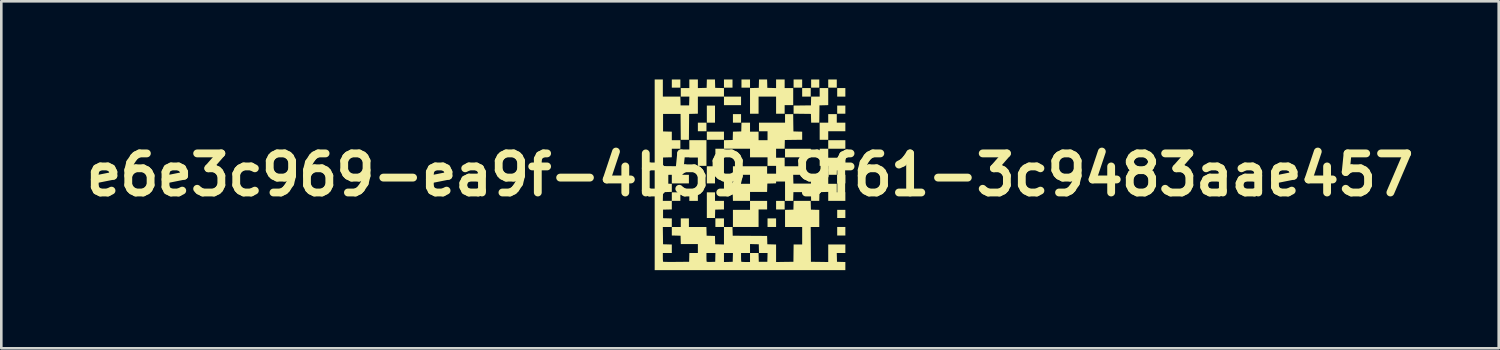
<source format=kicad_pcb>
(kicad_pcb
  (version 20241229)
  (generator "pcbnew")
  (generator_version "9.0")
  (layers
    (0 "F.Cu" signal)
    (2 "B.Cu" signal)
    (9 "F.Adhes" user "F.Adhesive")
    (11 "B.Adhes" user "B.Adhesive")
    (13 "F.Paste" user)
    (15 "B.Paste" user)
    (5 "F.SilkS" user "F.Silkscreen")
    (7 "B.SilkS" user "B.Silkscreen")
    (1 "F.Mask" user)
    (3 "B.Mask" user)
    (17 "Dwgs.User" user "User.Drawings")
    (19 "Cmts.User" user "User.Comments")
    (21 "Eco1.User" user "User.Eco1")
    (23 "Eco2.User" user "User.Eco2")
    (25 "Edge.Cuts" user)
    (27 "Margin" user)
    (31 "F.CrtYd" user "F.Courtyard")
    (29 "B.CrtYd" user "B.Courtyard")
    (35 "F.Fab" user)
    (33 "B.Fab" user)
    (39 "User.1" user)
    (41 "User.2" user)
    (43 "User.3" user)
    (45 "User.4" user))
  (footprint "e6e3c969-ea9f-4b59-9f61-3c9483aae457"
    (layer "F.Cu")
    (at 25.729 3.658)
    (property "Reference" "e6e3c969-ea9f-4b59-9f61-3c9483aae457" (at 0 0 0) (layer "F.SilkS") (effects (font (size 1.5 1.5) (thickness 0.3))))
    (attr board_only exclude_from_pos_files exclude_from_bom)
    (fp_poly (pts (xy -2.673 -3.501) (xy -2.673 -3.345) (xy -2.837 -3.345) (xy -3.001 -3.345) (xy -3.001 -3.501) (xy -3.001 -3.658) (xy -2.837 -3.658) (xy -2.673 -3.658)) (stroke (width 0) (type solid)) (fill yes) (layer "F.SilkS"))
    (fp_poly (pts (xy -2.001 0.836) (xy -2.001 1) (xy -2.165 1) (xy -2.329 1) (xy -2.329 0.836) (xy -2.329 0.672) (xy -2.165 0.672) (xy -2.001 0.672)) (stroke (width 0) (type solid)) (fill yes) (layer "F.SilkS"))
    (fp_poly (pts (xy -1.672 -1.837) (xy -1.672 -1.672) (xy -1.837 -1.672) (xy -2.001 -1.672) (xy -2.001 -1.837) (xy -2.001 -2.001) (xy -1.837 -2.001) (xy -1.672 -2.001)) (stroke (width 0) (type solid)) (fill yes) (layer "F.SilkS"))
    (fp_poly (pts (xy -1.344 -2.329) (xy -1.344 -2.001) (xy -1.501 -2.001) (xy -1.657 -2.001) (xy -1.657 -2.329) (xy -1.657 -2.657) (xy -1.501 -2.657) (xy -1.344 -2.657)) (stroke (width 0) (type solid)) (fill yes) (layer "F.SilkS"))
    (fp_poly (pts (xy -1 -1.501) (xy -1 -1.344) (xy -1.329 -1.344) (xy -1.657 -1.344) (xy -1.657 -1.501) (xy -1.657 -1.657) (xy -1.329 -1.657) (xy -1 -1.657)) (stroke (width 0) (type solid)) (fill yes) (layer "F.SilkS"))
    (fp_poly (pts (xy -1 1.837) (xy -1 2.001) (xy -1.164 2.001) (xy -1.329 2.001) (xy -1.329 1.837) (xy -1.329 1.672) (xy -1.164 1.672) (xy -1 1.672)) (stroke (width 0) (type solid)) (fill yes) (layer "F.SilkS"))
    (fp_poly (pts (xy -0.672 -3.501) (xy -0.672 -3.345) (xy -0.836 -3.345) (xy -1 -3.345) (xy -1 -3.501) (xy -1 -3.658) (xy -0.836 -3.658) (xy -0.672 -3.658)) (stroke (width 0) (type solid)) (fill yes) (layer "F.SilkS"))
    (fp_poly (pts (xy -0.344 -2.837) (xy -0.344 -2.673) (xy -0.672 -2.673) (xy -1 -2.673) (xy -1 -2.837) (xy -1 -3.001) (xy -0.672 -3.001) (xy -0.344 -3.001)) (stroke (width 0) (type solid)) (fill yes) (layer "F.SilkS"))
    (fp_poly (pts (xy -0.344 -2.165) (xy -0.344 -2.001) (xy -0.5 -2.001) (xy -0.656 -2.001) (xy -0.656 -2.165) (xy -0.656 -2.329) (xy -0.5 -2.329) (xy -0.344 -2.329)) (stroke (width 0) (type solid)) (fill yes) (layer "F.SilkS"))
    (fp_poly (pts (xy -0.000001 -3.501) (xy -0.000001 -3.345) (xy -0.164 -3.345) (xy -0.328 -3.345) (xy -0.328 -3.501) (xy -0.328 -3.658) (xy -0.164 -3.658) (xy -0.000001 -3.658)) (stroke (width 0) (type solid)) (fill yes) (layer "F.SilkS"))
    (fp_poly (pts (xy 1 1.837) (xy 1 2.001) (xy 0.836 2.001) (xy 0.672 2.001) (xy 0.672 1.837) (xy 0.672 1.672) (xy 0.836 1.672) (xy 1 1.672)) (stroke (width 0) (type solid)) (fill yes) (layer "F.SilkS"))
    (fp_poly (pts (xy 1.329 1.164) (xy 1.329 1.329) (xy 1.164 1.329) (xy 1 1.329) (xy 1 1.164) (xy 1 1) (xy 1.164 1) (xy 1.329 1)) (stroke (width 0) (type solid)) (fill yes) (layer "F.SilkS"))
    (fp_poly (pts (xy 2.001 -3.501) (xy 2.001 -3.345) (xy 1.837 -3.345) (xy 1.672 -3.345) (xy 1.672 -3.501) (xy 1.672 -3.658) (xy 1.837 -3.658) (xy 2.001 -3.658)) (stroke (width 0) (type solid)) (fill yes) (layer "F.SilkS"))
    (fp_poly (pts (xy 2.329 -3.165) (xy 2.329 -3.001) (xy 2.165 -3.001) (xy 2.001 -3.001) (xy 2.001 -3.165) (xy 2.001 -3.329) (xy 2.165 -3.329) (xy 2.329 -3.329)) (stroke (width 0) (type solid)) (fill yes) (layer "F.SilkS"))
    (fp_poly (pts (xy 2.329 -0.836) (xy 2.329 -0.672) (xy 1.837 -0.672) (xy 1.344 -0.672) (xy 1.344 -0.836) (xy 1.344 -1) (xy 1.837 -1) (xy 2.329 -1)) (stroke (width 0) (type solid)) (fill yes) (layer "F.SilkS"))
    (fp_poly (pts (xy 2.657 -3.501) (xy 2.657 -3.345) (xy 2.501 -3.345) (xy 2.345 -3.345) (xy 2.345 -3.501) (xy 2.345 -3.658) (xy 2.501 -3.658) (xy 2.657 -3.658)) (stroke (width 0) (type solid)) (fill yes) (layer "F.SilkS"))
    (fp_poly (pts (xy 3.329 -3.501) (xy 3.329 -3.345) (xy 3.165 -3.345) (xy 3.001 -3.345) (xy 3.001 -3.501) (xy 3.001 -3.658) (xy 3.165 -3.658) (xy 3.329 -3.658)) (stroke (width 0) (type solid)) (fill yes) (layer "F.SilkS"))
    (fp_poly (pts (xy 3.658 -3.165) (xy 3.658 -3.001) (xy 3.501 -3.001) (xy 3.345 -3.001) (xy 3.345 -3.165) (xy 3.345 -3.329) (xy 3.501 -3.329) (xy 3.658 -3.329)) (stroke (width 0) (type solid)) (fill yes) (layer "F.SilkS"))
    (fp_poly (pts (xy 3.658 -2.501) (xy 3.658 -2.345) (xy 3.501 -2.345) (xy 3.345 -2.345) (xy 3.345 -2.501) (xy 3.345 -2.657) (xy 3.501 -2.657) (xy 3.658 -2.657)) (stroke (width 0) (type solid)) (fill yes) (layer "F.SilkS"))
    (fp_poly (pts (xy 3.658 0.164) (xy 3.658 0.328) (xy 3.501 0.328) (xy 3.345 0.328) (xy 3.345 0.164) (xy 3.345 -0.000001) (xy 3.501 -0.000001) (xy 3.658 -0.000001)) (stroke (width 0) (type solid)) (fill yes) (layer "F.SilkS"))
    (fp_poly (pts (xy 3.658 1.501) (xy 3.658 1.657) (xy 3.501 1.657) (xy 3.345 1.657) (xy 3.345 1.501) (xy 3.345 1.344) (xy 3.501 1.344) (xy 3.658 1.344)) (stroke (width 0) (type solid)) (fill yes) (layer "F.SilkS"))
    (fp_poly (pts (xy 3.658 2.165) (xy 3.658 2.329) (xy 3.501 2.329) (xy 3.345 2.329) (xy 3.345 2.165) (xy 3.345 2.001) (xy 3.501 2.001) (xy 3.658 2.001)) (stroke (width 0) (type solid)) (fill yes) (layer "F.SilkS"))
    (fp_poly (pts (xy -1.672 -0.836) (xy -1.672 -0.344) (xy -1.837 -0.344) (xy -2.001 -0.344) (xy -2.001 -0.508) (xy -2.001 -0.672) (xy -2.165 -0.672) (xy -2.329 -0.672) (xy -2.329 -1) (xy -2.329 -1.329) (xy -2.001 -1.329) (xy -1.672 -1.329)) (stroke (width 0) (type solid)) (fill yes) (layer "F.SilkS"))
    (fp_poly (pts (xy -1.344 0.836) (xy -1.344 1) (xy -1.172 1) (xy -1 1) (xy -1 1.164) (xy -1 1.328) (xy -1.168 1.332) (xy -1.336 1.336) (xy -1.341 1.497) (xy -1.345 1.657) (xy -1.501 1.657) (xy -1.657 1.657) (xy -1.657 1.164) (xy -1.657 0.672) (xy -1.501 0.672) (xy -1.344 0.672)) (stroke (width 0) (type solid)) (fill yes) (layer "F.SilkS"))
    (fp_poly (pts (xy 0.656 1.164) (xy 0.656 1.329) (xy 0.492 1.329) (xy 0.328 1.329) (xy 0.328 1.665) (xy 0.328 2.001) (xy -0.164 2.001) (xy -0.656 2.001) (xy -0.656 1.672) (xy -0.656 1.344) (xy -0.328 1.344) (xy -0.000001 1.344) (xy -0.000001 1.172) (xy -0.000001 1) (xy 0.328 1) (xy 0.656 1)) (stroke (width 0) (type solid)) (fill yes) (layer "F.SilkS"))
    (fp_poly (pts (xy 3.329 -2.165) (xy 3.329 -2.001) (xy 3.493 -2.001) (xy 3.658 -2.001) (xy 3.658 -1.837) (xy 3.658 -1.672) (xy 3.329 -1.672) (xy 3.001 -1.672) (xy 3.001 -1.508) (xy 3.001 -1.344) (xy 2.837 -1.344) (xy 2.673 -1.344) (xy 2.673 -1.672) (xy 2.673 -2.001) (xy 2.837 -2.001) (xy 3.001 -2.001) (xy 3.001 -2.165) (xy 3.001 -2.329) (xy 3.165 -2.329) (xy 3.329 -2.329)) (stroke (width 0) (type solid)) (fill yes) (layer "F.SilkS"))
    (fp_poly (pts (xy 3.001 -3.002) (xy 3.001 -2.674) (xy 2.833 -2.669) (xy 2.665 -2.665) (xy 2.661 -2.333) (xy 2.657 -2.001) (xy 2.501 -2.001) (xy 2.346 -2.001) (xy 2.341 -2.169) (xy 2.337 -2.337) (xy 2.005 -2.341) (xy 1.672 -2.345) (xy 1.672 -2.501) (xy 1.672 -2.657) (xy 2.005 -2.661) (xy 2.337 -2.665) (xy 2.341 -2.833) (xy 2.346 -3.001) (xy 2.509 -3.001) (xy 2.673 -3.001) (xy 2.673 -3.165) (xy 2.673 -3.329) (xy 2.837 -3.329) (xy 3.001 -3.329)) (stroke (width 0) (type solid)) (fill yes) (layer "F.SilkS"))
    (fp_poly (pts (xy 0.66 -3.497) (xy 0.664 -3.337) (xy 0.832 -3.333) (xy 1 -3.328) (xy 1 -3.493) (xy 1 -3.658) (xy 1.164 -3.658) (xy 1.329 -3.658) (xy 1.329 -3.493) (xy 1.329 -3.329) (xy 1.493 -3.329) (xy 1.657 -3.329) (xy 1.657 -3.001) (xy 1.657 -2.673) (xy 1.493 -2.673) (xy 1.329 -2.673) (xy 1.329 -2.509) (xy 1.329 -2.345) (xy 1.164 -2.345) (xy 1 -2.345) (xy 1 -2.673) (xy 1 -3.001) (xy 0.664 -3.001) (xy 0.328 -3.001) (xy 0.328 -2.673) (xy 0.328 -2.345) (xy 0.164 -2.345) (xy -0.000001 -2.345) (xy -0.000001 -2.836) (xy -0.000001 -3.328) (xy 0.168 -3.333) (xy 0.336 -3.337) (xy 0.341 -3.497) (xy 0.345 -3.658) (xy 0.5 -3.658) (xy 0.655 -3.658)) (stroke (width 0) (type solid)) (fill yes) (layer "F.SilkS"))
    (fp_poly (pts (xy 1.66 -1.997) (xy 1.665 -1.665) (xy 1.833 -1.66) (xy 2.001 -1.656) (xy 2.001 -1.5) (xy 2.001 -1.345) (xy 1.669 -1.341) (xy 1.336 -1.336) (xy 1.332 -1.168) (xy 1.328 -1) (xy 1.164 -1) (xy 1 -1) (xy 1 -0.828) (xy 1 -0.656) (xy 1.164 -0.656) (xy 1.329 -0.656) (xy 1.329 -0.492) (xy 1.329 -0.328) (xy 1.665 -0.328) (xy 2.001 -0.328) (xy 2.001 -0.164) (xy 2.001 -0.000001) (xy 1.828 -0.000001) (xy 1.656 -0.000001) (xy 1.66 0.168) (xy 1.665 0.336) (xy 2.001 0.336) (xy 2.337 0.336) (xy 2.341 0.168) (xy 2.346 -0.000001) (xy 2.673 -0.000001) (xy 3.001 -0.000001) (xy 3.001 -0.172) (xy 3.001 -0.344) (xy 2.837 -0.344) (xy 2.673 -0.344) (xy 2.673 -0.672) (xy 2.673 -1) (xy 2.837 -1) (xy 3.001 -1) (xy 3.001 -1.164) (xy 3.001 -1.329) (xy 3.329 -1.329) (xy 3.658 -1.329) (xy 3.658 -1.164) (xy 3.658 -1) (xy 3.329 -1) (xy 3.001 -1) (xy 3.001 -0.828) (xy 3.001 -0.656) (xy 3.329 -0.656) (xy 3.658 -0.656) (xy 3.658 -0.501) (xy 3.658 -0.345) (xy 3.497 -0.341) (xy 3.337 -0.336) (xy 3.333 -0.168) (xy 3.328 -0.000001) (xy 3.165 -0.000001) (xy 3.001 -0.000001) (xy 3.001 0.172) (xy 3.001 0.344) (xy 3.165 0.344) (xy 3.329 0.344) (xy 3.329 0.508) (xy 3.329 0.672) (xy 3.493 0.672) (xy 3.658 0.672) (xy 3.658 0.836) (xy 3.658 1) (xy 3.329 1) (xy 3.001 1) (xy 3.001 0.828) (xy 3.001 0.655) (xy 2.833 0.66) (xy 2.665 0.664) (xy 2.661 0.832) (xy 2.656 1) (xy 2.501 1) (xy 2.346 1) (xy 2.341 0.832) (xy 2.337 0.664) (xy 2.001 0.664) (xy 1.665 0.664) (xy 1.66 0.832) (xy 1.656 1) (xy 1.5 1) (xy 1.344 1) (xy 1.344 0.5) (xy 1.344 -0.000001) (xy 1.172 -0.000001) (xy 1 -0.000001) (xy 1 0.164) (xy 1 0.327) (xy 0.832 0.332) (xy 0.664 0.336) (xy 0.66 0.496) (xy 0.655 0.656) (xy 0.328 0.656) (xy -0.000001 0.656) (xy -0.000001 0.828) (xy -0.000001 1) (xy -0.328 1) (xy -0.655 1) (xy -0.66 0.832) (xy -0.664 0.664) (xy -0.832 0.66) (xy -1 0.655) (xy -1 0.328) (xy -1 -0.000001) (xy -0.836 -0.000001) (xy -0.672 -0.000001) (xy -0.672 0.162) (xy -0.671 0.23) (xy -0.669 0.286) (xy -0.665 0.323) (xy -0.662 0.333) (xy -0.644 0.337) (xy -0.599 0.339) (xy -0.533 0.342) (xy -0.45 0.343) (xy -0.354 0.344) (xy -0.326 0.344) (xy -0.000001 0.344) (xy -0.000001 0.172) (xy -0.000001 -0.000001) (xy -0.328 -0.000001) (xy -0.656 -0.000001) (xy -0.656 -0.164) (xy -0.656 -0.328) (xy -0.000001 -0.328) (xy 0.656 -0.328) (xy 0.656 -0.164) (xy 0.656 -0.000001) (xy 0.828 -0.000001) (xy 1 -0.000001) (xy 1 -0.172) (xy 1 -0.344) (xy 0.836 -0.344) (xy 0.672 -0.344) (xy 0.672 -0.508) (xy 0.672 -0.672) (xy 0.336 -0.672) (xy -0.000001 -0.672) (xy -0.000001 -0.836) (xy -0.000001 -1) (xy -0.5 -1) (xy -1 -1) (xy -1 -0.5) (xy -1 -0.000001) (xy -1.172 -0.000001) (xy -1.344 -0.000001) (xy -1.344 0.164) (xy -1.344 0.328) (xy -1.501 0.328) (xy -1.657 0.328) (xy -1.657 -0.000001) (xy -1.657 -0.328) (xy -1.493 -0.328) (xy -1.329 -0.328) (xy -1.329 -0.664) (xy -1.329 -1) (xy -1.164 -1) (xy -1 -1) (xy -1 -1.164) (xy -1 -1.328) (xy -0.832 -1.332) (xy -0.664 -1.336) (xy -0.66 -1.496) (xy -0.655 -1.656) (xy -0.496 -1.66) (xy -0.336 -1.665) (xy -0.332 -1.833) (xy -0.327 -2.001) (xy -0.164 -2.001) (xy -0.000001 -2.001) (xy -0.000001 -1.829) (xy -0.000001 -1.657) (xy 0.164 -1.657) (xy 0.328 -1.657) (xy 0.328 -1.493) (xy 0.328 -1.329) (xy 0.5 -1.329) (xy 0.672 -1.329) (xy 0.672 -1.501) (xy 0.672 -1.672) (xy 0.508 -1.672) (xy 0.344 -1.672) (xy 0.344 -1.837) (xy 0.344 -2.001) (xy 0.844 -2.001) (xy 1.344 -2.001) (xy 1.344 -2.165) (xy 1.344 -2.329) (xy 1.5 -2.329) (xy 1.656 -2.329)) (stroke (width 0) (type solid)) (fill yes) (layer "F.SilkS"))
    (fp_poly (pts (xy -3.345 -3.329) (xy -3.345 -3.001) (xy -3.009 -3.001) (xy -2.674 -3.001) (xy -2.669 -2.833) (xy -2.665 -2.665) (xy -2.501 -2.665) (xy -2.337 -2.665) (xy -2.332 -2.833) (xy -2.328 -3.001) (xy -2.493 -3.001) (xy -2.657 -3.001) (xy -2.657 -3.165) (xy -2.657 -3.329) (xy -2.493 -3.329) (xy -2.329 -3.329) (xy -2.329 -3.493) (xy -2.329 -3.658) (xy -2.165 -3.658) (xy -2.001 -3.658) (xy -2.001 -3.493) (xy -2.001 -3.328) (xy -1.833 -3.333) (xy -1.665 -3.337) (xy -1.66 -3.497) (xy -1.656 -3.658) (xy -1.501 -3.658) (xy -1.345 -3.658) (xy -1.341 -3.497) (xy -1.336 -3.337) (xy -1.168 -3.333) (xy -1 -3.328) (xy -1 -3.165) (xy -1 -3.001) (xy -1.501 -3.001) (xy -2.001 -3.001) (xy -2.001 -2.673) (xy -2.001 -2.346) (xy -2.169 -2.341) (xy -2.337 -2.337) (xy -2.341 -1.841) (xy -2.345 -1.344) (xy -2.501 -1.344) (xy -2.657 -1.344) (xy -2.661 -1.841) (xy -2.665 -2.337) (xy -3.001 -2.337) (xy -3.337 -2.337) (xy -3.337 -2.001) (xy -3.337 -1.665) (xy -3.169 -1.66) (xy -3.001 -1.656) (xy -3.001 -1.492) (xy -3.001 -1.329) (xy -2.837 -1.329) (xy -2.673 -1.329) (xy -2.673 -1.164) (xy -2.673 -1) (xy -2.837 -1) (xy -3.001 -1) (xy -3.001 -0.837) (xy -3.001 -0.673) (xy -3.169 -0.669) (xy -3.337 -0.664) (xy -3.337 -0.5) (xy -3.337 -0.336) (xy -3.005 -0.332) (xy -2.673 -0.328) (xy -2.673 -0.164) (xy -2.673 -0.000001) (xy -2.509 -0.000001) (xy -2.345 -0.000001) (xy -2.345 0.164) (xy -2.345 0.328) (xy -2.673 0.328) (xy -3.001 0.328) (xy -3.001 0.164) (xy -3.001 -0.000001) (xy -3.174 -0.000001) (xy -3.346 -0.000001) (xy -3.342 0.168) (xy -3.337 0.336) (xy -3.169 0.34) (xy -3.001 0.345) (xy -3.001 0.5) (xy -3.001 0.655) (xy -3.169 0.66) (xy -3.337 0.664) (xy -3.342 0.832) (xy -3.346 1) (xy -3.174 1) (xy -3.001 1) (xy -3.001 0.836) (xy -3.001 0.672) (xy -2.837 0.672) (xy -2.673 0.672) (xy -2.673 0.836) (xy -2.673 1) (xy -2.837 1) (xy -3.001 1) (xy -3.001 1.164) (xy -3.001 1.328) (xy -3.169 1.332) (xy -3.337 1.336) (xy -3.337 1.501) (xy -3.337 1.665) (xy -3.169 1.669) (xy -3.001 1.674) (xy -3.001 1.837) (xy -3.001 2.001) (xy -2.829 2.001) (xy -2.657 2.001) (xy -2.657 1.837) (xy -2.657 1.672) (xy -2.501 1.672) (xy -2.345 1.672) (xy -2.345 1.837) (xy -2.345 2.001) (xy -2.009 2.001) (xy -1.674 2.001) (xy -1.669 2.169) (xy -1.665 2.337) (xy -1.505 2.341) (xy -1.345 2.346) (xy -1.341 2.505) (xy -1.336 2.665) (xy -1.168 2.669) (xy -1 2.674) (xy -1 2.337) (xy -1 2.001) (xy -0.837 2.001) (xy -0.673 2.001) (xy -0.669 2.169) (xy -0.664 2.337) (xy -0.004 2.341) (xy 0.655 2.345) (xy 0.66 2.505) (xy 0.664 2.665) (xy 0.832 2.669) (xy 1 2.674) (xy 1 3.01) (xy 1 3.346) (xy 1.333 3.341) (xy 1.665 3.337) (xy 1.669 3.005) (xy 1.673 2.673) (xy 1.837 2.673) (xy 2.001 2.673) (xy 2.001 2.337) (xy 2.001 2.001) (xy 1.672 2.001) (xy 1.344 2.001) (xy 1.344 1.673) (xy 1.344 1.345) (xy 1.504 1.341) (xy 1.665 1.336) (xy 1.669 1.168) (xy 1.674 1) (xy 2.001 1) (xy 2.328 1) (xy 2.332 1.168) (xy 2.337 1.336) (xy 2.497 1.341) (xy 2.657 1.345) (xy 2.657 1.673) (xy 2.657 2.001) (xy 2.493 2.001) (xy 2.329 2.001) (xy 2.333 2.669) (xy 2.337 3.337) (xy 2.669 3.341) (xy 3.001 3.346) (xy 3.001 3.009) (xy 3.001 2.673) (xy 3.329 2.673) (xy 3.658 2.673) (xy 3.658 2.837) (xy 3.658 3.001) (xy 3.493 3.001) (xy 3.328 3.001) (xy 3.333 3.169) (xy 3.337 3.337) (xy 3.497 3.342) (xy 3.658 3.346) (xy 3.658 3.502) (xy 3.658 3.658) (xy -0.000001 3.658) (xy -3.658 3.658) (xy -3.658 2.001) (xy -3.346 2.001) (xy -3.341 2.333) (xy -3.337 2.665) (xy -3.169 2.669) (xy -3.001 2.674) (xy -3.001 2.838) (xy -3.001 3.001) (xy -3.173 3.001) (xy -3.345 3.001) (xy -3.345 3.163) (xy -3.344 3.231) (xy -3.341 3.287) (xy -3.338 3.324) (xy -3.334 3.335) (xy -3.317 3.337) (xy -3.272 3.339) (xy -3.203 3.341) (xy -3.114 3.342) (xy -3.01 3.342) (xy -2.893 3.342) (xy -2.83 3.341) (xy -2.337 3.337) (xy -2.332 3.169) (xy -2.332 3.163) (xy -1.672 3.163) (xy -1.671 3.231) (xy -1.669 3.287) (xy -1.665 3.324) (xy -1.662 3.335) (xy -1.642 3.339) (xy -1.599 3.342) (xy -1.539 3.342) (xy -1.494 3.342) (xy -1.336 3.337) (xy -1.332 3.174) (xy -1 3.174) (xy -1 3.346) (xy -0.832 3.342) (xy -0.664 3.337) (xy -0.66 3.169) (xy -0.655 3.001) (xy -0.344 3.001) (xy -0.344 3.163) (xy -0.343 3.231) (xy -0.34 3.287) (xy -0.337 3.324) (xy -0.333 3.335) (xy -0.314 3.339) (xy -0.271 3.342) (xy -0.211 3.344) (xy -0.162 3.345) (xy -0.000001 3.345) (xy -0.000001 3.173) (xy -0.000001 3.001) (xy 0.164 3.001) (xy 0.327 3.001) (xy 0.332 3.169) (xy 0.336 3.337) (xy 0.5 3.337) (xy 0.664 3.337) (xy 0.669 3.169) (xy 0.673 3.001) (xy 0.509 3.001) (xy 0.345 3.001) (xy 0.34 2.833) (xy 0.336 2.665) (xy 0.168 2.661) (xy -0.000001 2.656) (xy -0.000001 2.829) (xy -0.000001 3.001) (xy -0.172 3.001) (xy -0.344 3.001) (xy -0.655 3.001) (xy -0.828 3.001) (xy -1 3.001) (xy -1 3.174) (xy -1.332 3.174) (xy -1.332 3.169) (xy -1.328 3.001) (xy -1.5 3.001) (xy -1.672 3.001) (xy -1.672 3.163) (xy -2.332 3.163) (xy -2.328 3.001) (xy -2.164 3.001) (xy -2.001 3.001) (xy -2.001 2.829) (xy -2.001 2.657) (xy -2.328 2.657) (xy -2.656 2.657) (xy -2.661 2.497) (xy -2.665 2.337) (xy -2.833 2.332) (xy -3.001 2.328) (xy -3.001 2.164) (xy -3.001 2.001) (xy -3.173 2.001) (xy -3.346 2.001) (xy -3.658 2.001) (xy -3.658 -0.000001) (xy -3.658 -3.658) (xy -3.501 -3.658) (xy -3.345 -3.658)) (stroke (width 0) (type solid)) (fill yes) (layer "F.SilkS")))
  (gr_rect
    (start -3 -3)
    (end 54.457 10.315)
    (stroke (width 0.1) (type default))
    (fill no)
    (layer "Edge.Cuts")))
</source>
